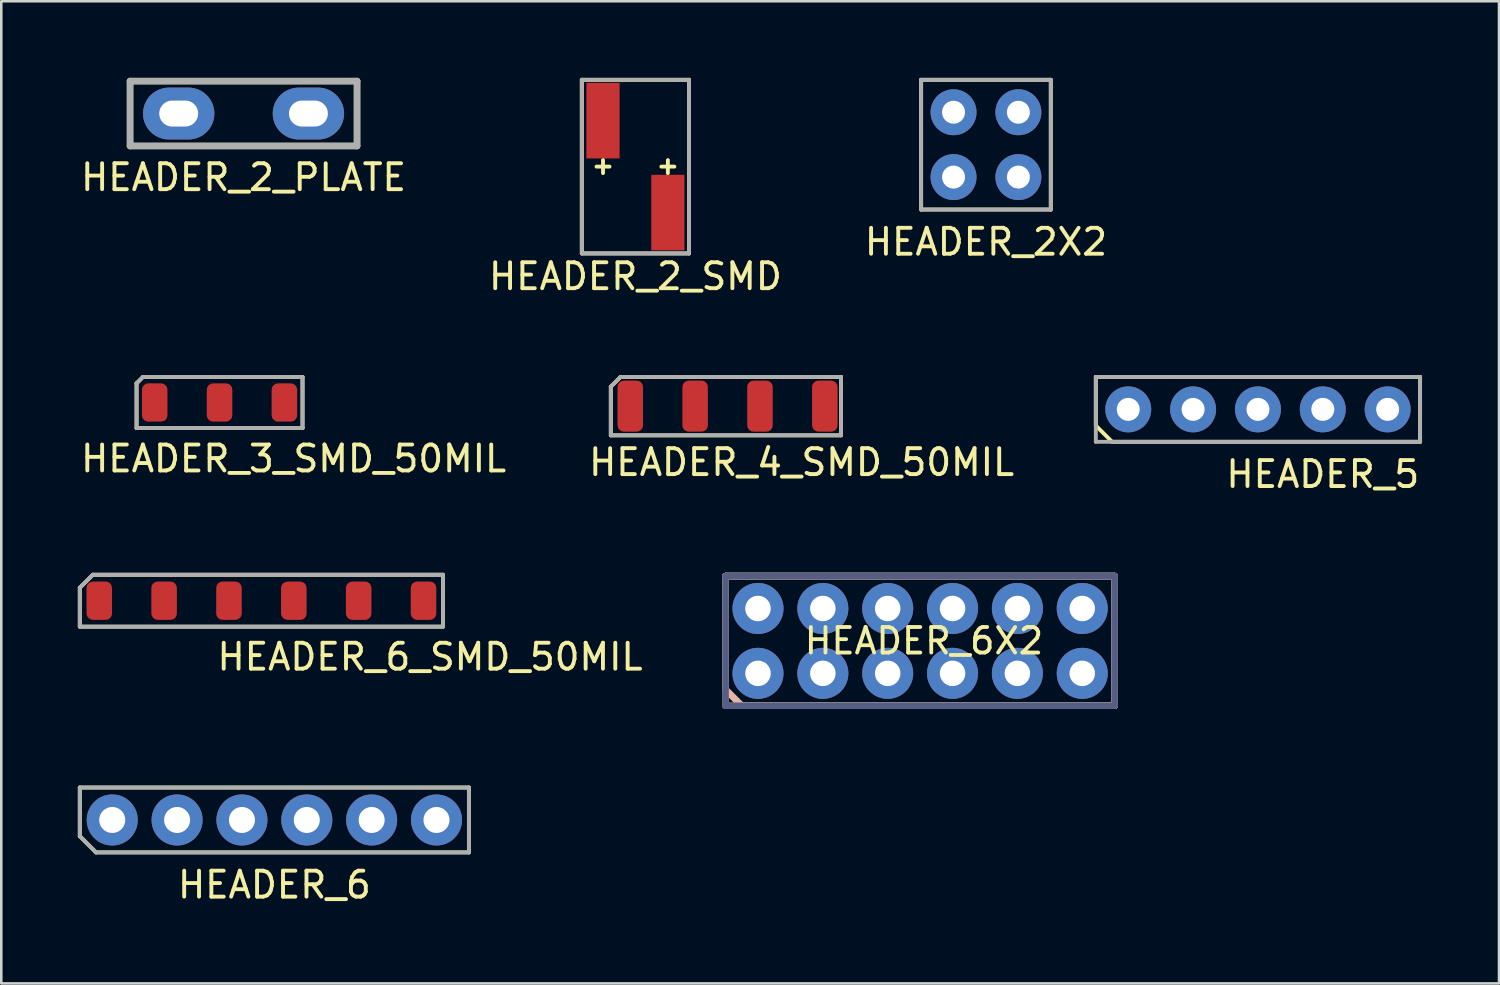
<source format=kicad_pcb>
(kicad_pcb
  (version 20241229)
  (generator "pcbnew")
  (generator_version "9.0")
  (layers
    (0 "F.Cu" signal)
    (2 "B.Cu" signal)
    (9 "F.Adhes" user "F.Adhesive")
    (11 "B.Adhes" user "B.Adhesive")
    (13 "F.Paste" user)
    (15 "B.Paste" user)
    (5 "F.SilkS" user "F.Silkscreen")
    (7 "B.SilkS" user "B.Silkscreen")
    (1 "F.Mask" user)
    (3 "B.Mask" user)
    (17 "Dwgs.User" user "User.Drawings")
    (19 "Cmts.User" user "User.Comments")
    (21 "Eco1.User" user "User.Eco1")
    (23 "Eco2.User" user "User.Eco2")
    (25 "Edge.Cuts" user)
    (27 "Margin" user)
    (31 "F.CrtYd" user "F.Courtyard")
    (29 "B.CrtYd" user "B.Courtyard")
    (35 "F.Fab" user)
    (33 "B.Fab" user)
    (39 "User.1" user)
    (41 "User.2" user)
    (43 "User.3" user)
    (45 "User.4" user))
  (footprint "HEADER_6_SMD_50MIL"
    (layer "F.Cu")
    (at 7.188 20.478)
    (property "Reference" "HEADER_6_SMD_50MIL" (at 6.604 2.2 0) (layer "F.SilkS") (effects (font (size 1.016 1.016) (thickness 0.152))))
    (attr smd)
    (fp_line (start -7.112 -0.508) (end -7.112 1.016) (stroke (width 0.152) (type solid)) (layer "F.SilkS"))
    (fp_line (start -6.604 -1.016) (end -7.112 -0.508) (stroke (width 0.152) (type solid)) (layer "F.SilkS"))
    (fp_line (start 7.112 -1.016) (end -6.604 -1.016) (stroke (width 0.152) (type solid)) (layer "F.SilkS"))
    (fp_line (start 7.112 -1.016) (end 7.112 1.016) (stroke (width 0.152) (type solid)) (layer "F.SilkS"))
    (fp_line (start 7.112 1.016) (end -7.112 1.016) (stroke (width 0.152) (type solid)) (layer "F.SilkS"))
    (fp_line (start -7.112 -0.508) (end -6.604 -1.016) (stroke (width 0.152) (type solid)) (layer "F.Fab"))
    (fp_line (start -7.112 1.016) (end -7.112 -0.508) (stroke (width 0.152) (type solid)) (layer "F.Fab"))
    (fp_line (start -6.604 -1.016) (end 7.112 -1.016) (stroke (width 0.152) (type solid)) (layer "F.Fab"))
    (fp_line (start 7.112 -1.016) (end 7.112 1.016) (stroke (width 0.152) (type solid)) (layer "F.Fab"))
    (fp_line (start 7.112 1.016) (end -7.112 1.016) (stroke (width 0.152) (type solid)) (layer "F.Fab"))
    (pad "1" smd roundrect (at -6.35 0) (size 1 1.5) (layers "F.Cu" "F.Mask" "F.Paste") (roundrect_rratio 0.25))
    (pad "2" smd roundrect (at -3.81 0) (size 1 1.5) (layers "F.Cu" "F.Mask" "F.Paste") (roundrect_rratio 0.25))
    (pad "3" smd roundrect (at -1.27 0) (size 1 1.5) (layers "F.Cu" "F.Mask" "F.Paste") (roundrect_rratio 0.25))
    (pad "4" smd roundrect (at 1.27 0) (size 1 1.5) (layers "F.Cu" "F.Mask" "F.Paste") (roundrect_rratio 0.25))
    (pad "5" smd roundrect (at 3.81 0) (size 1 1.5) (layers "F.Cu" "F.Mask" "F.Paste") (roundrect_rratio 0.25))
    (pad "6" smd roundrect (at 6.35 0) (size 1 1.5) (layers "F.Cu" "F.Mask" "F.Paste") (roundrect_rratio 0.25)))
  (footprint "HEADER_2X2"
    (layer "F.Cu")
    (at 35.567 2.616)
    (property "Reference" "HEADER_2X2" (at 0 3.81 0) (layer "F.SilkS") (effects (font (size 1.016 1.016) (thickness 0.152))))
    (attr through_hole)
    (fp_line (start -2.54 -2.54) (end 2.54 -2.54) (stroke (width 0.152) (type solid)) (layer "F.SilkS"))
    (fp_line (start -2.54 2.54) (end -2.54 -2.54) (stroke (width 0.152) (type solid)) (layer "F.SilkS"))
    (fp_line (start 2.54 -2.54) (end 2.54 2.54) (stroke (width 0.152) (type solid)) (layer "F.SilkS"))
    (fp_line (start 2.54 2.54) (end -2.54 2.54) (stroke (width 0.152) (type solid)) (layer "F.SilkS"))
    (fp_line (start -2.54 -2.54) (end -2.54 2.54) (stroke (width 0.152) (type solid)) (layer "F.Fab"))
    (fp_line (start -2.54 2.54) (end 2.54 2.54) (stroke (width 0.152) (type solid)) (layer "F.Fab"))
    (fp_line (start 2.54 -2.54) (end -2.54 -2.54) (stroke (width 0.152) (type solid)) (layer "F.Fab"))
    (fp_line (start 2.54 2.54) (end 2.54 -2.54) (stroke (width 0.152) (type solid)) (layer "F.Fab"))
    (pad "1" thru_hole circle (at -1.27 -1.27) (size 1.8 1.8) (drill 0.9) (layers "*.Cu" "*.Mask"))
    (pad "2" thru_hole circle (at 1.27 -1.27) (size 1.8 1.8) (drill 0.9) (layers "*.Cu" "*.Mask"))
    (pad "3" thru_hole circle (at -1.27 1.27) (size 1.8 1.8) (drill 0.9) (layers "*.Cu" "*.Mask"))
    (pad "4" thru_hole circle (at 1.27 1.27) (size 1.8 1.8) (drill 0.9) (layers "*.Cu" "*.Mask")))
  (footprint "HEADER_2_PLATE"
    (layer "F.Cu")
    (at 6.489 1.397)
    (property "Reference" "HEADER_2_PLATE" (at 0 2.5 0) (layer "F.SilkS") (effects (font (size 1.016 1.016) (thickness 0.152))))
    (attr through_hole)
    (fp_line (start -4.445 1.27) (end -4.445 -1.27) (stroke (width 0.254) (type solid)) (layer "F.SilkS"))
    (fp_line (start -4.445 1.27) (end 4.445 1.27) (stroke (width 0.254) (type solid)) (layer "F.SilkS"))
    (fp_line (start 4.445 -1.27) (end -4.445 -1.27) (stroke (width 0.254) (type solid)) (layer "F.SilkS"))
    (fp_line (start 4.445 -1.27) (end 4.445 1.27) (stroke (width 0.254) (type solid)) (layer "F.SilkS"))
    (fp_line (start -4.445 1.27) (end -4.445 -1.27) (stroke (width 0.254) (type solid)) (layer "F.Fab"))
    (fp_line (start -4.445 1.27) (end 4.445 1.27) (stroke (width 0.254) (type solid)) (layer "F.Fab"))
    (fp_line (start 4.445 -1.27) (end -4.445 -1.27) (stroke (width 0.254) (type solid)) (layer "F.Fab"))
    (fp_line (start 4.445 -1.27) (end 4.445 1.27) (stroke (width 0.254) (type solid)) (layer "F.Fab"))
    (pad "1" thru_hole oval (at -2.54 0) (size 2.794 2.032) (drill oval 1.524 1.016) (layers "*.Cu" "*.Mask"))
    (pad "2" thru_hole oval (at 2.54 0) (size 2.794 2.032) (drill oval 1.524 1.016) (layers "*.Cu" "*.Mask")))
  (footprint "HEADER_4_SMD_50MIL"
    (layer "F.Cu")
    (at 25.446 12.857)
    (property "Reference" "HEADER_4_SMD_50MIL" (at 2.9 2.2 0) (layer "F.SilkS") (effects (font (size 1.016 1.016) (thickness 0.152))))
    (attr through_hole)
    (fp_line (start -4.572 -0.762) (end -4.572 1.143) (stroke (width 0.152) (type solid)) (layer "F.SilkS"))
    (fp_line (start -4.572 1.143) (end 4.445 1.143) (stroke (width 0.152) (type solid)) (layer "F.SilkS"))
    (fp_line (start -4.191 -1.143) (end -4.572 -0.762) (stroke (width 0.152) (type solid)) (layer "F.SilkS"))
    (fp_line (start 4.445 -1.143) (end -4.191 -1.143) (stroke (width 0.152) (type solid)) (layer "F.SilkS"))
    (fp_line (start 4.445 -1.143) (end 4.445 1.143) (stroke (width 0.152) (type solid)) (layer "F.SilkS"))
    (fp_line (start -4.572 -0.762) (end -4.191 -1.143) (stroke (width 0.152) (type solid)) (layer "F.Fab"))
    (fp_line (start -4.572 1.143) (end -4.572 -0.762) (stroke (width 0.152) (type solid)) (layer "F.Fab"))
    (fp_line (start -4.191 -1.143) (end 4.445 -1.143) (stroke (width 0.152) (type solid)) (layer "F.Fab"))
    (fp_line (start 4.445 -1.143) (end 4.445 1.143) (stroke (width 0.152) (type solid)) (layer "F.Fab"))
    (fp_line (start 4.445 1.143) (end -4.572 1.143) (stroke (width 0.152) (type solid)) (layer "F.Fab"))
    (pad "1" smd roundrect (at -3.81 0) (size 1 2) (layers "F.Cu" "F.Mask" "F.Paste") (roundrect_rratio 0.25))
    (pad "2" smd roundrect (at -1.27 0) (size 1 2) (layers "F.Cu" "F.Mask" "F.Paste") (roundrect_rratio 0.25))
    (pad "3" smd roundrect (at 1.27 0) (size 1 2) (layers "F.Cu" "F.Mask" "F.Paste") (roundrect_rratio 0.25))
    (pad "4" smd roundrect (at 3.81 0) (size 1 2) (layers "F.Cu" "F.Mask" "F.Paste") (roundrect_rratio 0.25)))
  (footprint "HEADER_2_SMD"
    (layer "F.Cu")
    (at 21.838 3.476)
    (property "Reference" "HEADER_2_SMD" (at 0 4.3 0) (layer "F.SilkS") (effects (font (size 1.016 1.016) (thickness 0.152))))
    (attr smd)
    (fp_line (start -2.1 -3.4) (end 2.1 -3.4) (stroke (width 0.152) (type solid)) (layer "F.SilkS"))
    (fp_line (start -2.1 3.4) (end -2.1 -3.4) (stroke (width 0.152) (type solid)) (layer "F.SilkS"))
    (fp_line (start -1.524 0) (end -1.016 0) (stroke (width 0.152) (type solid)) (layer "F.SilkS"))
    (fp_line (start -1.27 -0.254) (end -1.27 0.254) (stroke (width 0.152) (type solid)) (layer "F.SilkS"))
    (fp_line (start 1.016 0) (end 1.524 0) (stroke (width 0.152) (type solid)) (layer "F.SilkS"))
    (fp_line (start 1.27 -0.254) (end 1.27 0.254) (stroke (width 0.152) (type solid)) (layer "F.SilkS"))
    (fp_line (start 2.1 3.4) (end -2.1 3.4) (stroke (width 0.152) (type solid)) (layer "F.SilkS"))
    (fp_line (start 2.1 3.4) (end 2.1 -3.4) (stroke (width 0.152) (type solid)) (layer "F.SilkS"))
    (fp_line (start -2.1 -3.4) (end 2.1 -3.4) (stroke (width 0.152) (type solid)) (layer "F.Fab"))
    (fp_line (start -2.1 3.4) (end -2.1 -3.4) (stroke (width 0.152) (type solid)) (layer "F.Fab"))
    (fp_line (start 2.1 -3.4) (end 2.1 3.4) (stroke (width 0.152) (type solid)) (layer "F.Fab"))
    (fp_line (start 2.1 3.4) (end -2.1 3.4) (stroke (width 0.152) (type solid)) (layer "F.Fab"))
    (pad "1" smd rect (at -1.27 -1.8) (size 1.3 2.96) (layers "F.Cu" "F.Mask" "F.Paste"))
    (pad "2" smd rect (at 1.27 1.8) (size 1.3 2.96) (layers "F.Cu" "F.Mask" "F.Paste")))
  (footprint "HEADER_6"
    (layer "F.Cu")
    (at 7.696 29.066)
    (property "Reference" "HEADER_6" (at 0 2.54 0) (layer "F.SilkS") (effects (font (size 1.016 1.016) (thickness 0.152))))
    (attr through_hole)
    (fp_line (start -7.62 -1.27) (end -7.62 0.635) (stroke (width 0.152) (type solid)) (layer "F.SilkS"))
    (fp_line (start -7.62 0.635) (end -6.985 1.27) (stroke (width 0.152) (type solid)) (layer "F.SilkS"))
    (fp_line (start -6.985 1.27) (end 7.62 1.27) (stroke (width 0.152) (type solid)) (layer "F.SilkS"))
    (fp_line (start 7.62 -1.27) (end -7.62 -1.27) (stroke (width 0.152) (type solid)) (layer "F.SilkS"))
    (fp_line (start 7.62 1.27) (end 7.62 -1.27) (stroke (width 0.152) (type solid)) (layer "F.SilkS"))
    (fp_line (start -7.62 0.635) (end -7.62 -1.27) (stroke (width 0.152) (type solid)) (layer "F.Fab"))
    (fp_line (start -6.985 1.27) (end -7.62 0.635) (stroke (width 0.152) (type solid)) (layer "F.Fab"))
    (fp_line (start -6.985 1.27) (end 7.62 1.27) (stroke (width 0.152) (type solid)) (layer "F.Fab"))
    (fp_line (start 7.62 -1.27) (end -7.62 -1.27) (stroke (width 0.152) (type solid)) (layer "F.Fab"))
    (fp_line (start 7.62 1.27) (end 7.62 -1.27) (stroke (width 0.152) (type solid)) (layer "F.Fab"))
    (pad "1" thru_hole circle (at -6.35 0) (size 2 2) (drill 1.02) (layers "*.Cu" "*.Mask"))
    (pad "2" thru_hole circle (at -3.81 0) (size 2 2) (drill 1.02) (layers "*.Cu" "*.Mask"))
    (pad "3" thru_hole circle (at -1.27 0) (size 2 2) (drill 1.02) (layers "*.Cu" "*.Mask"))
    (pad "4" thru_hole circle (at 1.27 0) (size 2 2) (drill 1.02) (layers "*.Cu" "*.Mask"))
    (pad "5" thru_hole circle (at 3.81 0) (size 2 2) (drill 1.02) (layers "*.Cu" "*.Mask"))
    (pad "6" thru_hole circle (at 6.35 0) (size 2 2) (drill 1.02) (layers "*.Cu" "*.Mask")))
  (footprint "HEADER_6X2"
    (layer "F.Cu")
    (at 26.638 22.053)
    (property "Reference" "HEADER_6X2" (at 6.5 0 0) (layer "F.SilkS") (effects (font (size 1 1) (thickness 0.15))))
    (attr through_hole)
    (fp_line (start -1.27 -2.54) (end 13.97 -2.54) (stroke (width 0.254) (type solid)) (layer "F.SilkS"))
    (fp_line (start -1.27 1.905) (end -1.27 -2.54) (stroke (width 0.254) (type solid)) (layer "F.SilkS"))
    (fp_line (start -0.635 2.54) (end -1.27 1.905) (stroke (width 0.254) (type solid)) (layer "F.SilkS"))
    (fp_line (start 0 2.54) (end -0.635 2.54) (stroke (width 0.254) (type solid)) (layer "F.SilkS"))
    (fp_line (start 13.97 -2.54) (end 13.97 2.54) (stroke (width 0.254) (type solid)) (layer "F.SilkS"))
    (fp_line (start 13.97 2.54) (end 0 2.54) (stroke (width 0.254) (type solid)) (layer "F.SilkS"))
    (fp_line (start -1.27 -2.54) (end 13.97 -2.54) (stroke (width 0.254) (type solid)) (layer "B.SilkS"))
    (fp_line (start -1.27 1.905) (end -1.27 -2.54) (stroke (width 0.254) (type solid)) (layer "B.SilkS"))
    (fp_line (start -0.635 2.54) (end -1.27 1.905) (stroke (width 0.254) (type solid)) (layer "B.SilkS"))
    (fp_line (start 13.97 -2.54) (end 13.97 2.54) (stroke (width 0.254) (type solid)) (layer "B.SilkS"))
    (fp_line (start 13.97 2.54) (end -0.635 2.54) (stroke (width 0.254) (type solid)) (layer "B.SilkS"))
    (fp_line (start -1.27 -2.54) (end 13.97 -2.54) (stroke (width 0.254) (type solid)) (layer "B.Fab"))
    (fp_line (start -1.27 2.54) (end -1.27 -2.54) (stroke (width 0.254) (type solid)) (layer "B.Fab"))
    (fp_line (start 13.97 -2.54) (end 13.97 2.54) (stroke (width 0.254) (type solid)) (layer "B.Fab"))
    (fp_line (start 13.97 2.54) (end -1.27 2.54) (stroke (width 0.254) (type solid)) (layer "B.Fab"))
    (fp_line (start -1.27 -2.54) (end 13.97 -2.54) (stroke (width 0.254) (type solid)) (layer "F.Fab"))
    (fp_line (start -1.27 2.54) (end -1.27 -2.54) (stroke (width 0.254) (type solid)) (layer "F.Fab"))
    (fp_line (start 13.97 -2.54) (end 13.97 2.54) (stroke (width 0.254) (type solid)) (layer "F.Fab"))
    (fp_line (start 13.97 2.54) (end -1.27 2.54) (stroke (width 0.254) (type solid)) (layer "F.Fab"))
    (pad "1" thru_hole circle (at 0 1.27) (size 2 2) (drill 1) (layers "*.Cu" "*.Mask"))
    (pad "2" thru_hole circle (at 0 -1.27) (size 2 2) (drill 1) (layers "*.Cu" "*.Mask"))
    (pad "3" thru_hole circle (at 2.54 1.27) (size 2 2) (drill 1) (layers "*.Cu" "*.Mask"))
    (pad "4" thru_hole circle (at 2.54 -1.27) (size 2 2) (drill 1) (layers "*.Cu" "*.Mask"))
    (pad "5" thru_hole circle (at 5.08 1.27) (size 2 2) (drill 1) (layers "*.Cu" "*.Mask"))
    (pad "6" thru_hole circle (at 5.08 -1.27) (size 2 2) (drill 1) (layers "*.Cu" "*.Mask"))
    (pad "7" thru_hole circle (at 7.62 1.27) (size 2 2) (drill 1) (layers "*.Cu" "*.Mask"))
    (pad "8" thru_hole circle (at 7.62 -1.27) (size 2 2) (drill 1) (layers "*.Cu" "*.Mask"))
    (pad "9" thru_hole circle (at 10.16 1.27) (size 2 2) (drill 1) (layers "*.Cu" "*.Mask"))
    (pad "10" thru_hole circle (at 10.16 -1.27) (size 2 2) (drill 1) (layers "*.Cu" "*.Mask"))
    (pad "11" thru_hole circle (at 12.7 1.27) (size 2 2) (drill 1) (layers "*.Cu" "*.Mask"))
    (pad "12" thru_hole circle (at 12.7 -1.27) (size 2 2) (drill 1) (layers "*.Cu" "*.Mask")))
  (footprint "HEADER_5"
    (layer "F.Cu")
    (at 46.22 12.984)
    (property "Reference" "HEADER_5" (at 2.54 2.54 0) (layer "F.SilkS") (effects (font (size 1.016 1.016) (thickness 0.152))))
    (attr through_hole)
    (fp_line (start -6.35 -1.27) (end 6.35 -1.27) (stroke (width 0.152) (type solid)) (layer "F.SilkS"))
    (fp_line (start -6.35 0.635) (end -6.35 -1.27) (stroke (width 0.152) (type solid)) (layer "F.SilkS"))
    (fp_line (start -5.715 1.27) (end -6.35 0.635) (stroke (width 0.152) (type solid)) (layer "F.SilkS"))
    (fp_line (start 6.35 -1.27) (end 6.35 1.27) (stroke (width 0.152) (type solid)) (layer "F.SilkS"))
    (fp_line (start 6.35 1.27) (end -5.715 1.27) (stroke (width 0.152) (type solid)) (layer "F.SilkS"))
    (fp_line (start -6.35 -1.27) (end -6.35 1.27) (stroke (width 0.152) (type solid)) (layer "F.Fab"))
    (fp_line (start -6.35 -1.27) (end 6.35 -1.27) (stroke (width 0.152) (type solid)) (layer "F.Fab"))
    (fp_line (start -6.35 1.27) (end 6.35 1.27) (stroke (width 0.152) (type solid)) (layer "F.Fab"))
    (fp_line (start 6.35 -1.27) (end 6.35 1.27) (stroke (width 0.152) (type solid)) (layer "F.Fab"))
    (pad "1" thru_hole circle (at -5.08 0) (size 1.8 1.8) (drill 0.9) (layers "*.Cu" "*.Mask"))
    (pad "2" thru_hole circle (at -2.54 0) (size 1.8 1.8) (drill 0.9) (layers "*.Cu" "*.Mask"))
    (pad "3" thru_hole circle (at 0 0) (size 1.8 1.8) (drill 0.9) (layers "*.Cu" "*.Mask"))
    (pad "4" thru_hole circle (at 2.54 0) (size 1.8 1.8) (drill 0.9) (layers "*.Cu" "*.Mask"))
    (pad "5" thru_hole circle (at 5.08 0) (size 1.8 1.8) (drill 0.9) (layers "*.Cu" "*.Mask")))
  (footprint "HEADER_3_SMD_50MIL"
    (layer "F.Cu")
    (at 5.549 12.714)
    (property "Reference" "HEADER_3_SMD_50MIL" (at 2.9 2.2 0) (layer "F.SilkS") (effects (font (size 1.016 1.016) (thickness 0.152))))
    (attr through_hole)
    (fp_line (start -3.25 -0.75) (end -3.25 1) (stroke (width 0.152) (type solid)) (layer "F.SilkS"))
    (fp_line (start -3.25 1) (end 3.25 1) (stroke (width 0.152) (type solid)) (layer "F.SilkS"))
    (fp_line (start -3 -1) (end -3.25 -0.75) (stroke (width 0.152) (type solid)) (layer "F.SilkS"))
    (fp_line (start 3.25 -1) (end -3 -1) (stroke (width 0.152) (type solid)) (layer "F.SilkS"))
    (fp_line (start 3.25 1) (end 3.25 -1) (stroke (width 0.152) (type solid)) (layer "F.SilkS"))
    (fp_line (start -3.25 -0.75) (end -3.25 1) (stroke (width 0.152) (type solid)) (layer "F.Fab"))
    (fp_line (start -3.25 1) (end 3.25 1) (stroke (width 0.152) (type solid)) (layer "F.Fab"))
    (fp_line (start -3 -1) (end -3.25 -0.75) (stroke (width 0.152) (type solid)) (layer "F.Fab"))
    (fp_line (start 3.25 -1) (end -3 -1) (stroke (width 0.152) (type solid)) (layer "F.Fab"))
    (fp_line (start 3.25 1) (end 3.25 -1) (stroke (width 0.152) (type solid)) (layer "F.Fab"))
    (pad "1" smd roundrect (at -2.54 0) (size 1 1.5) (layers "F.Cu" "F.Mask" "F.Paste") (roundrect_rratio 0.25))
    (pad "2" smd roundrect (at 0 0) (size 1 1.5) (layers "F.Cu" "F.Mask" "F.Paste") (roundrect_rratio 0.25))
    (pad "3" smd roundrect (at 2.54 0) (size 1 1.5) (layers "F.Cu" "F.Mask" "F.Paste") (roundrect_rratio 0.25)))
  (gr_rect
    (start -3 -3)
    (end 55.661 35.468)
    (stroke (width 0.1) (type default))
    (fill no)
    (layer "Edge.Cuts")))
</source>
